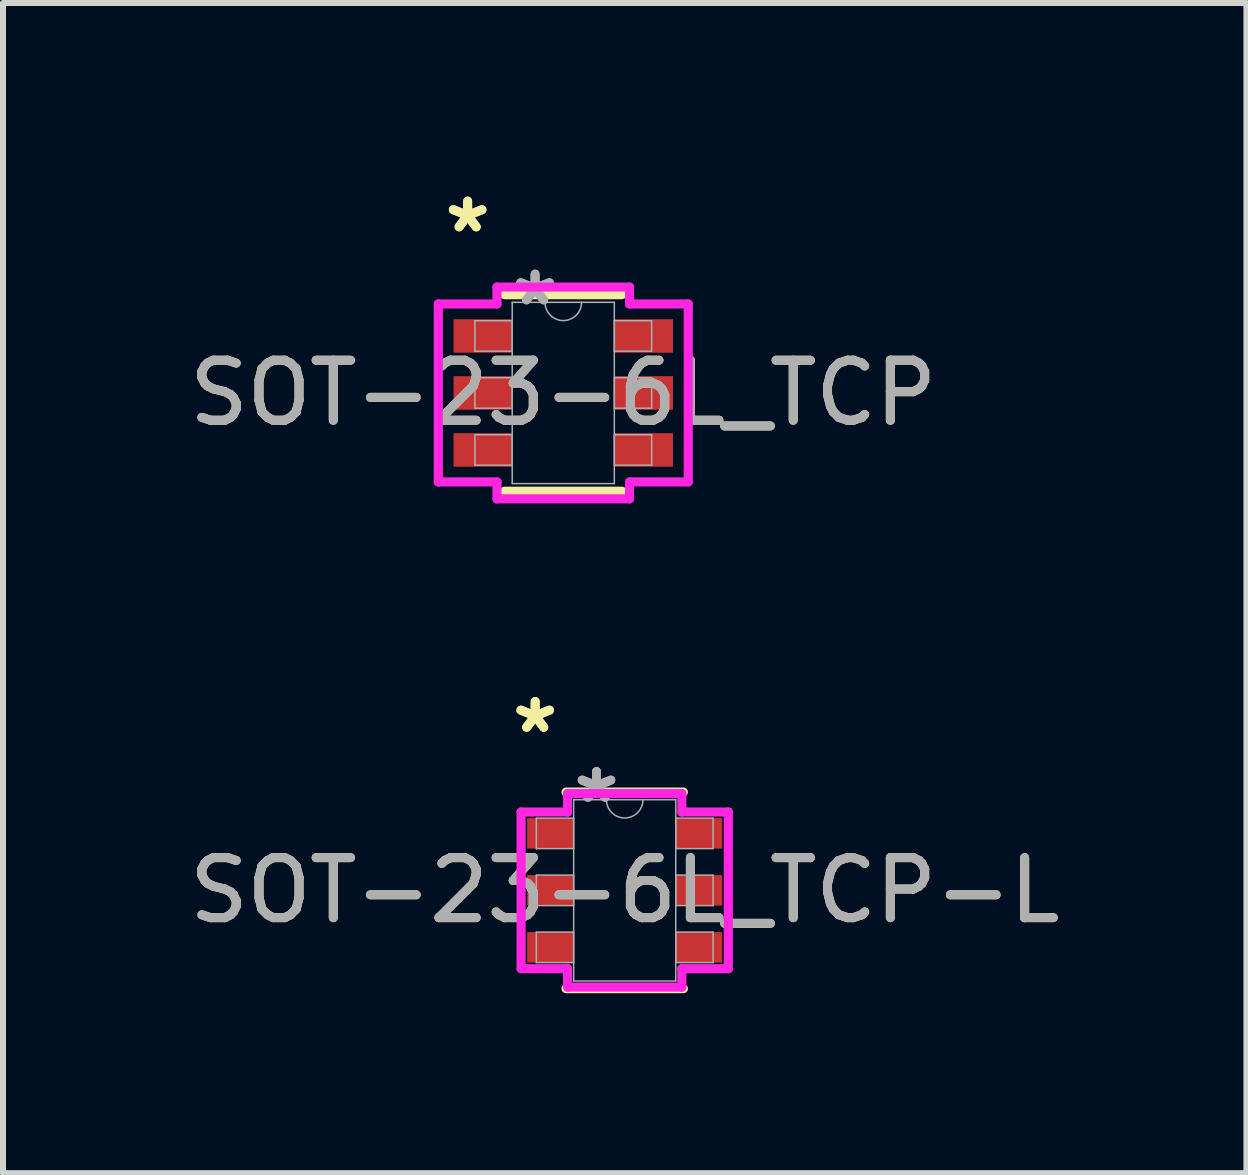
<source format=kicad_pcb>
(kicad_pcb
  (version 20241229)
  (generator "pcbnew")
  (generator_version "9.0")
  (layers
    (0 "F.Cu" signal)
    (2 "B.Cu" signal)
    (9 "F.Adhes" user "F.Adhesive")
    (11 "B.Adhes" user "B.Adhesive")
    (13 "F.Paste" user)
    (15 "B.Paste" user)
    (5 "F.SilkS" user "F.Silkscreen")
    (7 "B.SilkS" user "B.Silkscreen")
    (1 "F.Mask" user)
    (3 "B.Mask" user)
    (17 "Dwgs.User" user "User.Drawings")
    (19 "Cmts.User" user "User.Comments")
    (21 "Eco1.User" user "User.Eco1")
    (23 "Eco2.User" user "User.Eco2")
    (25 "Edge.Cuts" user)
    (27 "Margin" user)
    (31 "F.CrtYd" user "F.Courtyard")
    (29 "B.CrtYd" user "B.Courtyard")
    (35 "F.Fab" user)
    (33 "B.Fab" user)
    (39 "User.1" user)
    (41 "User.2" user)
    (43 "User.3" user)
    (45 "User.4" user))
  (footprint "SOT-23-6L_TCP"
    (layer "F.Cu")
    (at 6.339 3.5)
    (property "Reference" "SOT-23-6L_TCP" (at 0 0 0) (unlocked yes) (layer "F.SilkS") (effects (font (size 1 1) (thickness 0.15))))
    (attr smd)
    (fp_line (start -0.978 1.638) (end 0.978 1.638) (stroke (width 0.152) (type solid)) (layer "F.SilkS"))
    (fp_line (start 0.978 -1.638) (end -0.978 -1.638) (stroke (width 0.152) (type solid)) (layer "F.SilkS"))
    (fp_line (start -2.083 -1.483) (end -1.105 -1.483) (stroke (width 0.152) (type solid)) (layer "F.CrtYd"))
    (fp_line (start -2.083 1.483) (end -2.083 -1.483) (stroke (width 0.152) (type solid)) (layer "F.CrtYd"))
    (fp_line (start -2.083 1.483) (end -1.105 1.483) (stroke (width 0.152) (type solid)) (layer "F.CrtYd"))
    (fp_line (start -1.105 -1.765) (end 1.105 -1.765) (stroke (width 0.152) (type solid)) (layer "F.CrtYd"))
    (fp_line (start -1.105 -1.483) (end -1.105 -1.765) (stroke (width 0.152) (type solid)) (layer "F.CrtYd"))
    (fp_line (start -1.105 1.765) (end -1.105 1.483) (stroke (width 0.152) (type solid)) (layer "F.CrtYd"))
    (fp_line (start 1.105 -1.765) (end 1.105 -1.483) (stroke (width 0.152) (type solid)) (layer "F.CrtYd"))
    (fp_line (start 1.105 1.483) (end 1.105 1.765) (stroke (width 0.152) (type solid)) (layer "F.CrtYd"))
    (fp_line (start 1.105 1.765) (end -1.105 1.765) (stroke (width 0.152) (type solid)) (layer "F.CrtYd"))
    (fp_line (start 2.083 -1.483) (end 1.105 -1.483) (stroke (width 0.152) (type solid)) (layer "F.CrtYd"))
    (fp_line (start 2.083 -1.483) (end 2.083 1.483) (stroke (width 0.152) (type solid)) (layer "F.CrtYd"))
    (fp_line (start 2.083 1.483) (end 1.105 1.483) (stroke (width 0.152) (type solid)) (layer "F.CrtYd"))
    (fp_line (start -1.473 -1.204) (end -1.473 -0.696) (stroke (width 0.025) (type solid)) (layer "F.Fab"))
    (fp_line (start -1.473 -0.696) (end -0.851 -0.696) (stroke (width 0.025) (type solid)) (layer "F.Fab"))
    (fp_line (start -1.473 -0.254) (end -1.473 0.254) (stroke (width 0.025) (type solid)) (layer "F.Fab"))
    (fp_line (start -1.473 0.254) (end -0.851 0.254) (stroke (width 0.025) (type solid)) (layer "F.Fab"))
    (fp_line (start -1.473 0.696) (end -1.473 1.204) (stroke (width 0.025) (type solid)) (layer "F.Fab"))
    (fp_line (start -1.473 1.204) (end -0.851 1.204) (stroke (width 0.025) (type solid)) (layer "F.Fab"))
    (fp_line (start -0.851 -1.511) (end -0.851 1.511) (stroke (width 0.025) (type solid)) (layer "F.Fab"))
    (fp_line (start -0.851 -1.204) (end -1.473 -1.204) (stroke (width 0.025) (type solid)) (layer "F.Fab"))
    (fp_line (start -0.851 -0.696) (end -0.851 -1.204) (stroke (width 0.025) (type solid)) (layer "F.Fab"))
    (fp_line (start -0.851 -0.254) (end -1.473 -0.254) (stroke (width 0.025) (type solid)) (layer "F.Fab"))
    (fp_line (start -0.851 0.254) (end -0.851 -0.254) (stroke (width 0.025) (type solid)) (layer "F.Fab"))
    (fp_line (start -0.851 0.696) (end -1.473 0.696) (stroke (width 0.025) (type solid)) (layer "F.Fab"))
    (fp_line (start -0.851 1.204) (end -0.851 0.696) (stroke (width 0.025) (type solid)) (layer "F.Fab"))
    (fp_line (start -0.851 1.511) (end 0.851 1.511) (stroke (width 0.025) (type solid)) (layer "F.Fab"))
    (fp_line (start 0.851 -1.511) (end -0.851 -1.511) (stroke (width 0.025) (type solid)) (layer "F.Fab"))
    (fp_line (start 0.851 -1.204) (end 0.851 -0.696) (stroke (width 0.025) (type solid)) (layer "F.Fab"))
    (fp_line (start 0.851 -0.696) (end 1.473 -0.696) (stroke (width 0.025) (type solid)) (layer "F.Fab"))
    (fp_line (start 0.851 -0.254) (end 0.851 0.254) (stroke (width 0.025) (type solid)) (layer "F.Fab"))
    (fp_line (start 0.851 0.254) (end 1.473 0.254) (stroke (width 0.025) (type solid)) (layer "F.Fab"))
    (fp_line (start 0.851 0.696) (end 0.851 1.204) (stroke (width 0.025) (type solid)) (layer "F.Fab"))
    (fp_line (start 0.851 1.204) (end 1.473 1.204) (stroke (width 0.025) (type solid)) (layer "F.Fab"))
    (fp_line (start 0.851 1.511) (end 0.851 -1.511) (stroke (width 0.025) (type solid)) (layer "F.Fab"))
    (fp_line (start 1.473 -1.204) (end 0.851 -1.204) (stroke (width 0.025) (type solid)) (layer "F.Fab"))
    (fp_line (start 1.473 -0.696) (end 1.473 -1.204) (stroke (width 0.025) (type solid)) (layer "F.Fab"))
    (fp_line (start 1.473 -0.254) (end 0.851 -0.254) (stroke (width 0.025) (type solid)) (layer "F.Fab"))
    (fp_line (start 1.473 0.254) (end 1.473 -0.254) (stroke (width 0.025) (type solid)) (layer "F.Fab"))
    (fp_line (start 1.473 0.696) (end 0.851 0.696) (stroke (width 0.025) (type solid)) (layer "F.Fab"))
    (fp_line (start 1.473 1.204) (end 1.473 0.696) (stroke (width 0.025) (type solid)) (layer "F.Fab"))
    (fp_arc (start 0.3048 -1.5113) (mid 0 -1.2065) (end -0.3048 -1.5113) (stroke (width 0.0254) (type solid)) (layer "F.Fab"))
    (fp_text user "*" (at -1.594 -2.652 0) (unlocked yes) (layer "F.SilkS") (effects (font (size 1 1) (thickness 0.15))))
    (fp_text user "*" (at -1.594 -2.652 0) (layer "F.SilkS") (effects (font (size 1 1) (thickness 0.15))))
    (fp_text user "*" (at -0.47 -1.435 0) (layer "F.Fab") (effects (font (size 1 1) (thickness 0.15))))
    (fp_text user "${REFERENCE}" (at 0 0 0) (unlocked yes) (layer "F.Fab") (effects (font (size 1 1) (thickness 0.15))))
    (fp_text user "*" (at -0.47 -1.435 0) (unlocked yes) (layer "F.Fab") (effects (font (size 1 1) (thickness 0.15))))
    (pad "1" smd rect (at -1.34 -0.95) (size 0.978 0.559) (layers "F.Cu" "F.Mask" "F.Paste"))
    (pad "2" smd rect (at -1.34 0) (size 0.978 0.559) (layers "F.Cu" "F.Mask" "F.Paste"))
    (pad "3" smd rect (at -1.34 0.95) (size 0.978 0.559) (layers "F.Cu" "F.Mask" "F.Paste"))
    (pad "4" smd rect (at 1.34 0.95) (size 0.978 0.559) (layers "F.Cu" "F.Mask" "F.Paste"))
    (pad "5" smd rect (at 1.34 0) (size 0.978 0.559) (layers "F.Cu" "F.Mask" "F.Paste"))
    (pad "6" smd rect (at 1.34 -0.95) (size 0.978 0.559) (layers "F.Cu" "F.Mask" "F.Paste")))
  (footprint "SOT-23-6L_TCP-L"
    (layer "F.Cu")
    (at 7.363 11.791)
    (property "Reference" "SOT-23-6L_TCP-L" (at 0 0 0) (unlocked yes) (layer "F.SilkS") (effects (font (size 1 1) (thickness 0.15))))
    (attr smd)
    (fp_line (start -0.978 1.638) (end 0.978 1.638) (stroke (width 0.152) (type solid)) (layer "F.SilkS"))
    (fp_line (start 0.978 -1.638) (end -0.978 -1.638) (stroke (width 0.152) (type solid)) (layer "F.SilkS"))
    (fp_line (start -1.727 -1.306) (end -0.953 -1.306) (stroke (width 0.152) (type solid)) (layer "F.CrtYd"))
    (fp_line (start -1.727 1.306) (end -1.727 -1.306) (stroke (width 0.152) (type solid)) (layer "F.CrtYd"))
    (fp_line (start -1.727 1.306) (end -0.953 1.306) (stroke (width 0.152) (type solid)) (layer "F.CrtYd"))
    (fp_line (start -0.953 -1.613) (end 0.953 -1.613) (stroke (width 0.152) (type solid)) (layer "F.CrtYd"))
    (fp_line (start -0.953 -1.306) (end -0.953 -1.613) (stroke (width 0.152) (type solid)) (layer "F.CrtYd"))
    (fp_line (start -0.953 1.613) (end -0.953 1.306) (stroke (width 0.152) (type solid)) (layer "F.CrtYd"))
    (fp_line (start 0.953 -1.613) (end 0.953 -1.306) (stroke (width 0.152) (type solid)) (layer "F.CrtYd"))
    (fp_line (start 0.953 1.306) (end 0.953 1.613) (stroke (width 0.152) (type solid)) (layer "F.CrtYd"))
    (fp_line (start 0.953 1.613) (end -0.953 1.613) (stroke (width 0.152) (type solid)) (layer "F.CrtYd"))
    (fp_line (start 1.727 -1.306) (end 0.953 -1.306) (stroke (width 0.152) (type solid)) (layer "F.CrtYd"))
    (fp_line (start 1.727 -1.306) (end 1.727 1.306) (stroke (width 0.152) (type solid)) (layer "F.CrtYd"))
    (fp_line (start 1.727 1.306) (end 0.953 1.306) (stroke (width 0.152) (type solid)) (layer "F.CrtYd"))
    (fp_line (start -1.473 -1.204) (end -1.473 -0.696) (stroke (width 0.025) (type solid)) (layer "F.Fab"))
    (fp_line (start -1.473 -0.696) (end -0.851 -0.696) (stroke (width 0.025) (type solid)) (layer "F.Fab"))
    (fp_line (start -1.473 -0.254) (end -1.473 0.254) (stroke (width 0.025) (type solid)) (layer "F.Fab"))
    (fp_line (start -1.473 0.254) (end -0.851 0.254) (stroke (width 0.025) (type solid)) (layer "F.Fab"))
    (fp_line (start -1.473 0.696) (end -1.473 1.204) (stroke (width 0.025) (type solid)) (layer "F.Fab"))
    (fp_line (start -1.473 1.204) (end -0.851 1.204) (stroke (width 0.025) (type solid)) (layer "F.Fab"))
    (fp_line (start -0.851 -1.511) (end -0.851 1.511) (stroke (width 0.025) (type solid)) (layer "F.Fab"))
    (fp_line (start -0.851 -1.204) (end -1.473 -1.204) (stroke (width 0.025) (type solid)) (layer "F.Fab"))
    (fp_line (start -0.851 -0.696) (end -0.851 -1.204) (stroke (width 0.025) (type solid)) (layer "F.Fab"))
    (fp_line (start -0.851 -0.254) (end -1.473 -0.254) (stroke (width 0.025) (type solid)) (layer "F.Fab"))
    (fp_line (start -0.851 0.254) (end -0.851 -0.254) (stroke (width 0.025) (type solid)) (layer "F.Fab"))
    (fp_line (start -0.851 0.696) (end -1.473 0.696) (stroke (width 0.025) (type solid)) (layer "F.Fab"))
    (fp_line (start -0.851 1.204) (end -0.851 0.696) (stroke (width 0.025) (type solid)) (layer "F.Fab"))
    (fp_line (start -0.851 1.511) (end 0.851 1.511) (stroke (width 0.025) (type solid)) (layer "F.Fab"))
    (fp_line (start 0.851 -1.511) (end -0.851 -1.511) (stroke (width 0.025) (type solid)) (layer "F.Fab"))
    (fp_line (start 0.851 -1.204) (end 0.851 -0.696) (stroke (width 0.025) (type solid)) (layer "F.Fab"))
    (fp_line (start 0.851 -0.696) (end 1.473 -0.696) (stroke (width 0.025) (type solid)) (layer "F.Fab"))
    (fp_line (start 0.851 -0.254) (end 0.851 0.254) (stroke (width 0.025) (type solid)) (layer "F.Fab"))
    (fp_line (start 0.851 0.254) (end 1.473 0.254) (stroke (width 0.025) (type solid)) (layer "F.Fab"))
    (fp_line (start 0.851 0.696) (end 0.851 1.204) (stroke (width 0.025) (type solid)) (layer "F.Fab"))
    (fp_line (start 0.851 1.204) (end 1.473 1.204) (stroke (width 0.025) (type solid)) (layer "F.Fab"))
    (fp_line (start 0.851 1.511) (end 0.851 -1.511) (stroke (width 0.025) (type solid)) (layer "F.Fab"))
    (fp_line (start 1.473 -1.204) (end 0.851 -1.204) (stroke (width 0.025) (type solid)) (layer "F.Fab"))
    (fp_line (start 1.473 -0.696) (end 1.473 -1.204) (stroke (width 0.025) (type solid)) (layer "F.Fab"))
    (fp_line (start 1.473 -0.254) (end 0.851 -0.254) (stroke (width 0.025) (type solid)) (layer "F.Fab"))
    (fp_line (start 1.473 0.254) (end 1.473 -0.254) (stroke (width 0.025) (type solid)) (layer "F.Fab"))
    (fp_line (start 1.473 0.696) (end 0.851 0.696) (stroke (width 0.025) (type solid)) (layer "F.Fab"))
    (fp_line (start 1.473 1.204) (end 1.473 0.696) (stroke (width 0.025) (type solid)) (layer "F.Fab"))
    (fp_arc (start 0.3048 -1.5113) (mid 0 -1.2065) (end -0.3048 -1.5113) (stroke (width 0.0254) (type solid)) (layer "F.Fab"))
    (fp_text user "*" (at -1.492 -2.601 0) (layer "F.SilkS") (effects (font (size 1 1) (thickness 0.15))))
    (fp_text user "*" (at -1.492 -2.601 0) (unlocked yes) (layer "F.SilkS") (effects (font (size 1 1) (thickness 0.15))))
    (fp_text user "*" (at -0.47 -1.435 0) (unlocked yes) (layer "F.Fab") (effects (font (size 1 1) (thickness 0.15))))
    (fp_text user "*" (at -0.47 -1.435 0) (layer "F.Fab") (effects (font (size 1 1) (thickness 0.15))))
    (fp_text user "${REFERENCE}" (at 0 0 0) (unlocked yes) (layer "F.Fab") (effects (font (size 1 1) (thickness 0.15))))
    (pad "1" smd rect (at -1.238 -0.95) (size 0.775 0.508) (layers "F.Cu" "F.Mask" "F.Paste"))
    (pad "2" smd rect (at -1.238 0) (size 0.775 0.508) (layers "F.Cu" "F.Mask" "F.Paste"))
    (pad "3" smd rect (at -1.238 0.95) (size 0.775 0.508) (layers "F.Cu" "F.Mask" "F.Paste"))
    (pad "4" smd rect (at 1.238 0.95) (size 0.775 0.508) (layers "F.Cu" "F.Mask" "F.Paste"))
    (pad "5" smd rect (at 1.238 0) (size 0.775 0.508) (layers "F.Cu" "F.Mask" "F.Paste"))
    (pad "6" smd rect (at 1.238 -0.95) (size 0.775 0.508) (layers "F.Cu" "F.Mask" "F.Paste")))
  (gr_rect
    (start -3 -3)
    (end 17.726 16.505)
    (stroke (width 0.1) (type default))
    (fill no)
    (layer "Edge.Cuts")))
</source>
